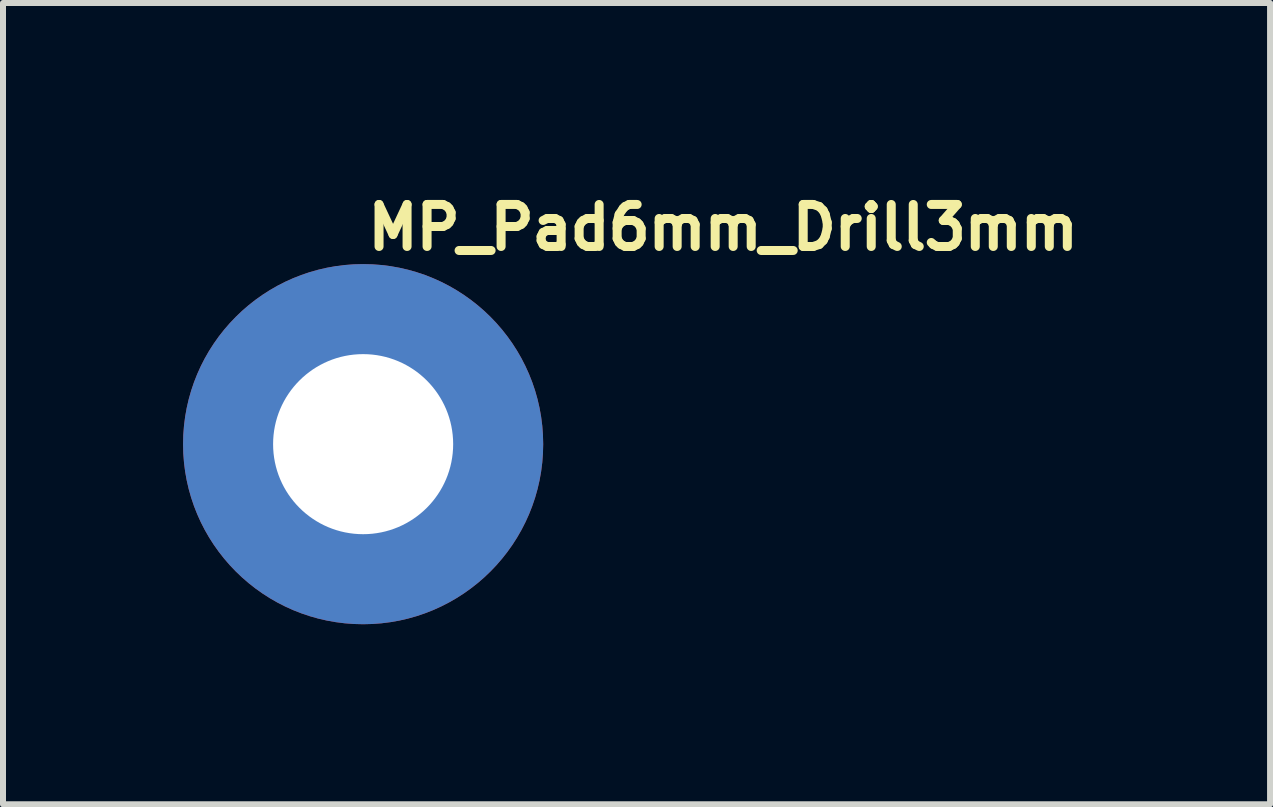
<source format=kicad_pcb>
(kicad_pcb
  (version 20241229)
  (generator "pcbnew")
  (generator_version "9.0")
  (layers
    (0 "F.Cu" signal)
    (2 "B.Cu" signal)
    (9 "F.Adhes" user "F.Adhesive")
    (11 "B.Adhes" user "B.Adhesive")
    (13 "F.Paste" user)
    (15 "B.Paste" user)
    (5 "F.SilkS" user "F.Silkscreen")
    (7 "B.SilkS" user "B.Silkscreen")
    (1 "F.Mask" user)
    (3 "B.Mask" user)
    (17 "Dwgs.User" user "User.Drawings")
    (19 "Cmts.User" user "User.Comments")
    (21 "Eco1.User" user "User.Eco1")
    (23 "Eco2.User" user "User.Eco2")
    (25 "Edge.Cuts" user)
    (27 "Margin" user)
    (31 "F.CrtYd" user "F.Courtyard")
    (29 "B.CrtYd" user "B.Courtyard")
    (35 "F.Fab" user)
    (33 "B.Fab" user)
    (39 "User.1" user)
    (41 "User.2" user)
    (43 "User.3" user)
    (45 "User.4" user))
  (footprint "MP_Pad6mm_Drill3mm"
    (layer "F.Cu")
    (at 3 4.35)
    (property "Reference" "MP_Pad6mm_Drill3mm" (at 0 -3.2 0) (layer "F.SilkS") (effects (font (size 0.7 0.7) (thickness 0.15)) (justify left bottom)))
    (attr board_only exclude_from_pos_files exclude_from_bom)
    (pad "1" thru_hole circle (at 0 0) (size 6 6) (drill 3) (layers "*.Cu" "*.Mask")))
  (gr_rect
    (start -3 -3)
    (end 18.11 10.35)
    (stroke (width 0.1) (type default))
    (fill no)
    (layer "Edge.Cuts")))
</source>
